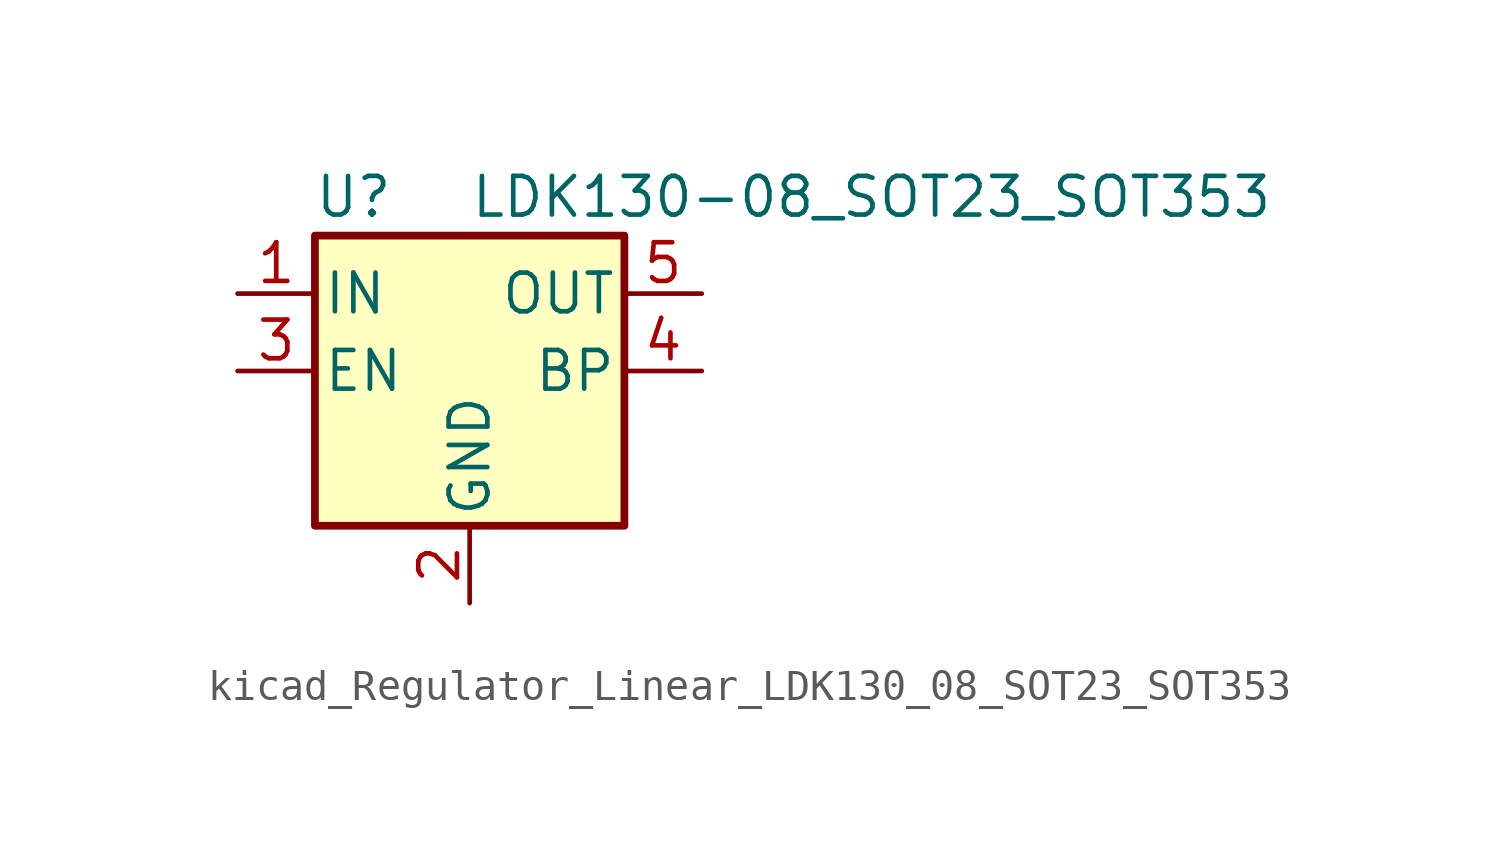
<source format=kicad_sym>
(kicad_symbol_lib
  (version 20220914)
  (generator kicad_symbol_editor)
  (symbol "kicad_Regulator_Linear_LDK130_08_SOT23_SOT353"
    (pin_names
      (offset 0.254))
    (property "Reference" "U"
      (at -3.81 5.715 0)
      (effects (font (size 1.27 1.27))))
    (property "Value" "LDK130-08_SOT23_SOT353"
      (at 0 5.715 0)
      (effects (font (size 1.27 1.27)) (justify left)))
    (symbol "kicad_Regulator_Linear_LDK130_08_SOT23_SOT353_0_1"
      (rectangle (start -5.08 4.445) (end 5.08 -5.08) (stroke (width 0.254) (type default)) (fill (type background))))
    (symbol "kicad_Regulator_Linear_LDK130_08_SOT23_SOT353_1_1"
      (pin power_in line (at -7.62 2.54 0) (length 2.54) (name "IN" (effects (font (size 1.27 1.27)))) (number "1" (effects (font (size 1.27 1.27)))))
      (pin power_in line (at 0 -7.62 90) (length 2.54) (name "GND" (effects (font (size 1.27 1.27)))) (number "2" (effects (font (size 1.27 1.27)))))
      (pin input line (at -7.62 0 0) (length 2.54) (name "EN" (effects (font (size 1.27 1.27)))) (number "3" (effects (font (size 1.27 1.27)))))
      (pin passive line (at 7.62 0 180) (length 2.54) (name "BP" (effects (font (size 1.27 1.27)))) (number "4" (effects (font (size 1.27 1.27)))))
      (pin power_out line (at 7.62 2.54 180) (length 2.54) (name "OUT" (effects (font (size 1.27 1.27)))) (number "5" (effects (font (size 1.27 1.27))))))))
</source>
